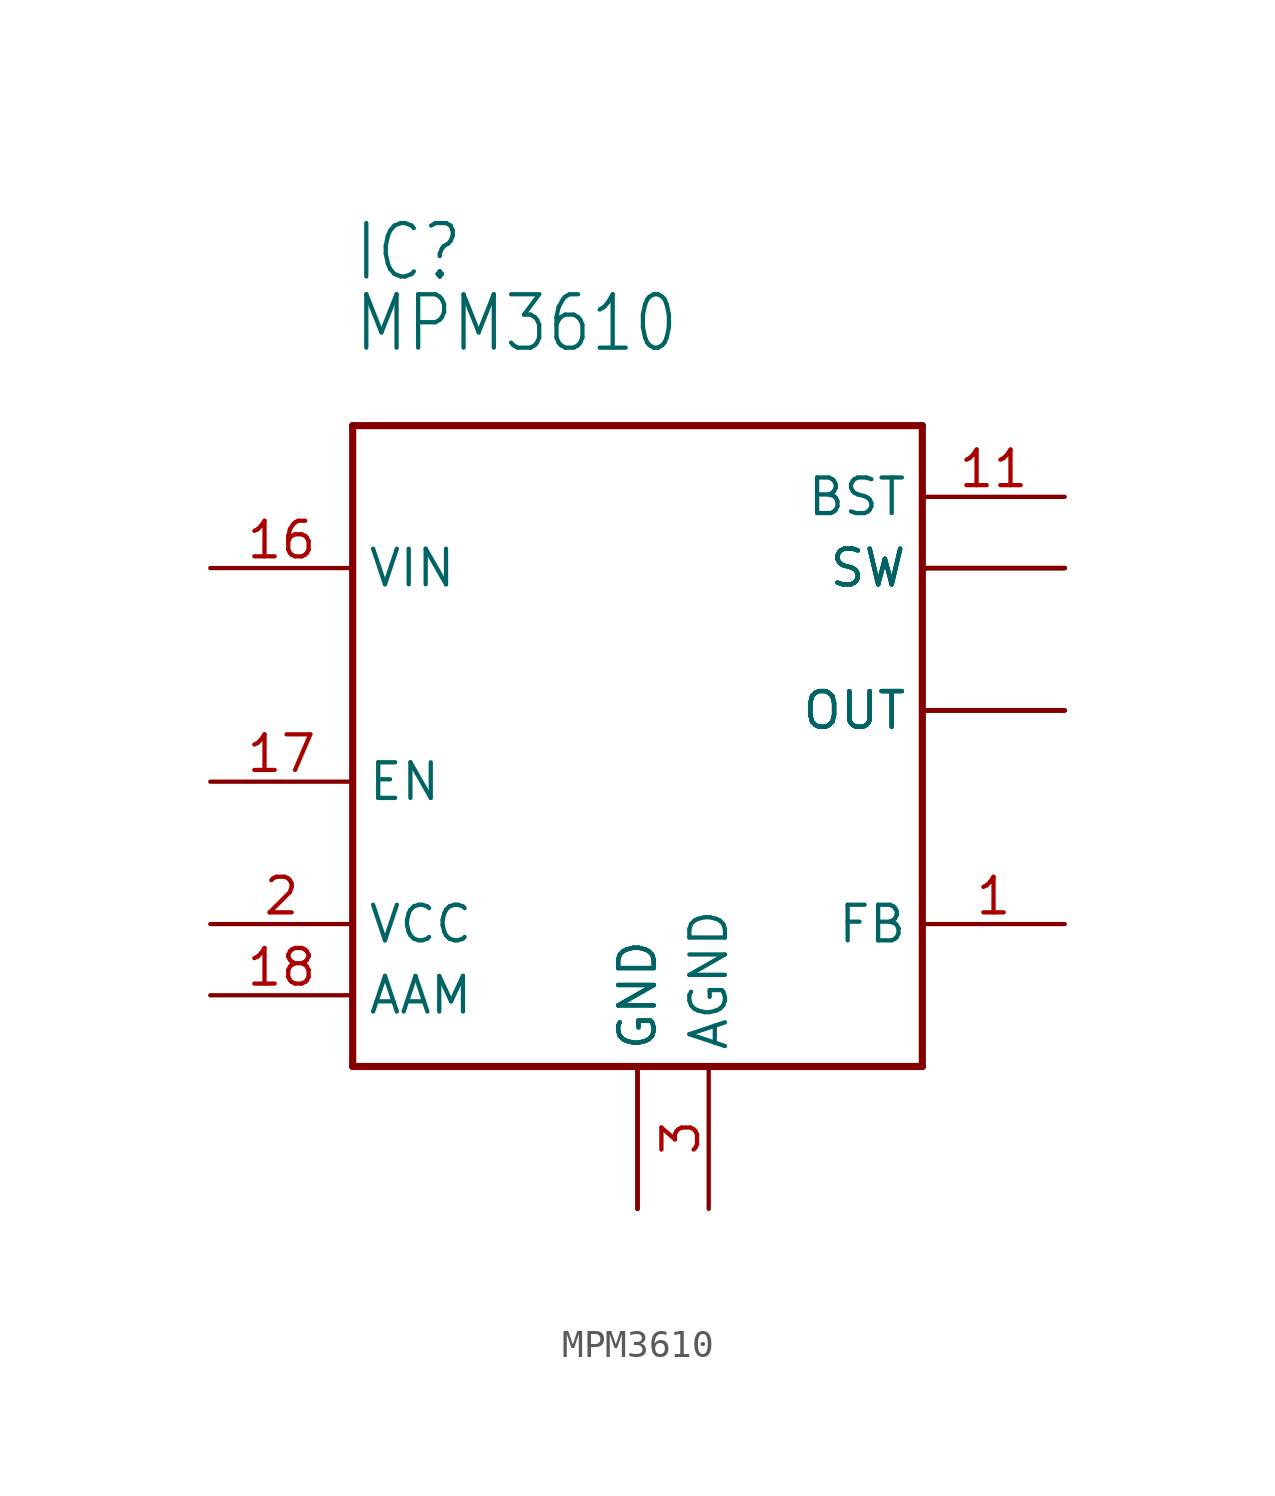
<source format=kicad_sym>
(kicad_symbol_lib
  (version 20211014)
  (generator kicad_symbol_editor)
  (symbol "MPM3610"
    (property "Reference" "IC"
      (at -10.16 15.24 0)
      (effects (font (size 1.905 1.619)) (justify left bottom)))
    (property "Value" "MPM3610"
      (at -10.16 12.7 0)
      (effects (font (size 1.905 1.619)) (justify left bottom)))
    (property "ki_locked" ""
      (at 0 0 0)
      (effects (font (size 1.27 1.27))))
    (symbol "MPM3610_1_0"
      (polyline (pts (xy -10.16 -12.7) (xy 10.16 -12.7)) (stroke (width 0.254) (type default) (color 0 0 0 0)) (fill (type none)))
      (polyline (pts (xy -10.16 10.16) (xy -10.16 -12.7)) (stroke (width 0.254) (type default) (color 0 0 0 0)) (fill (type none)))
      (polyline (pts (xy 10.16 -12.7) (xy 10.16 10.16)) (stroke (width 0.254) (type default) (color 0 0 0 0)) (fill (type none)))
      (polyline (pts (xy 10.16 10.16) (xy -10.16 10.16)) (stroke (width 0.254) (type default) (color 0 0 0 0)) (fill (type none)))
      (pin bidirectional line (at 15.24 -7.62 180) (length 5.08) (name "FB" (effects (font (size 1.27 1.27)))) (number "1" (effects (font (size 1.27 1.27)))))
      (pin bidirectional line (at 15.24 7.62 180) (length 5.08) (name "BST" (effects (font (size 1.27 1.27)))) (number "11" (effects (font (size 1.27 1.27)))))
      (pin bidirectional line (at 0 -17.78 90) (length 5.08) (name "GND" (effects (font (size 1.27 1.27)))) (number "12" (effects (font (size 0 0)))))
      (pin bidirectional line (at 0 -17.78 90) (length 5.08) (name "GND" (effects (font (size 1.27 1.27)))) (number "13" (effects (font (size 0 0)))))
      (pin bidirectional line (at 0 -17.78 90) (length 5.08) (name "GND" (effects (font (size 1.27 1.27)))) (number "14" (effects (font (size 0 0)))))
      (pin bidirectional line (at -15.24 5.08 0) (length 5.08) (name "VIN" (effects (font (size 1.27 1.27)))) (number "16" (effects (font (size 1.27 1.27)))))
      (pin bidirectional line (at -15.24 -2.54 0) (length 5.08) (name "EN" (effects (font (size 1.27 1.27)))) (number "17" (effects (font (size 1.27 1.27)))))
      (pin bidirectional line (at -15.24 -10.16 0) (length 5.08) (name "AAM" (effects (font (size 1.27 1.27)))) (number "18" (effects (font (size 1.27 1.27)))))
      (pin bidirectional line (at 15.24 5.08 180) (length 5.08) (name "SW" (effects (font (size 1.27 1.27)))) (number "19" (effects (font (size 0 0)))))
      (pin bidirectional line (at -15.24 -7.62 0) (length 5.08) (name "VCC" (effects (font (size 1.27 1.27)))) (number "2" (effects (font (size 1.27 1.27)))))
      (pin bidirectional line (at 15.24 0 180) (length 5.08) (name "OUT" (effects (font (size 1.27 1.27)))) (number "20" (effects (font (size 0 0)))))
      (pin bidirectional line (at 2.54 -17.78 90) (length 5.08) (name "AGND" (effects (font (size 1.27 1.27)))) (number "3" (effects (font (size 1.27 1.27)))))
      (pin bidirectional line (at 15.24 5.08 180) (length 5.08) (name "SW" (effects (font (size 1.27 1.27)))) (number "4" (effects (font (size 0 0)))))
      (pin bidirectional line (at 15.24 5.08 180) (length 5.08) (name "SW" (effects (font (size 1.27 1.27)))) (number "5" (effects (font (size 0 0)))))
      (pin bidirectional line (at 15.24 5.08 180) (length 5.08) (name "SW" (effects (font (size 1.27 1.27)))) (number "6" (effects (font (size 0 0)))))
      (pin bidirectional line (at 15.24 0 180) (length 5.08) (name "OUT" (effects (font (size 1.27 1.27)))) (number "7" (effects (font (size 0 0)))))
      (pin bidirectional line (at 15.24 0 180) (length 5.08) (name "OUT" (effects (font (size 1.27 1.27)))) (number "8" (effects (font (size 0 0)))))
      (pin bidirectional line (at 15.24 0 180) (length 5.08) (name "OUT" (effects (font (size 1.27 1.27)))) (number "9" (effects (font (size 0 0))))))))
</source>
